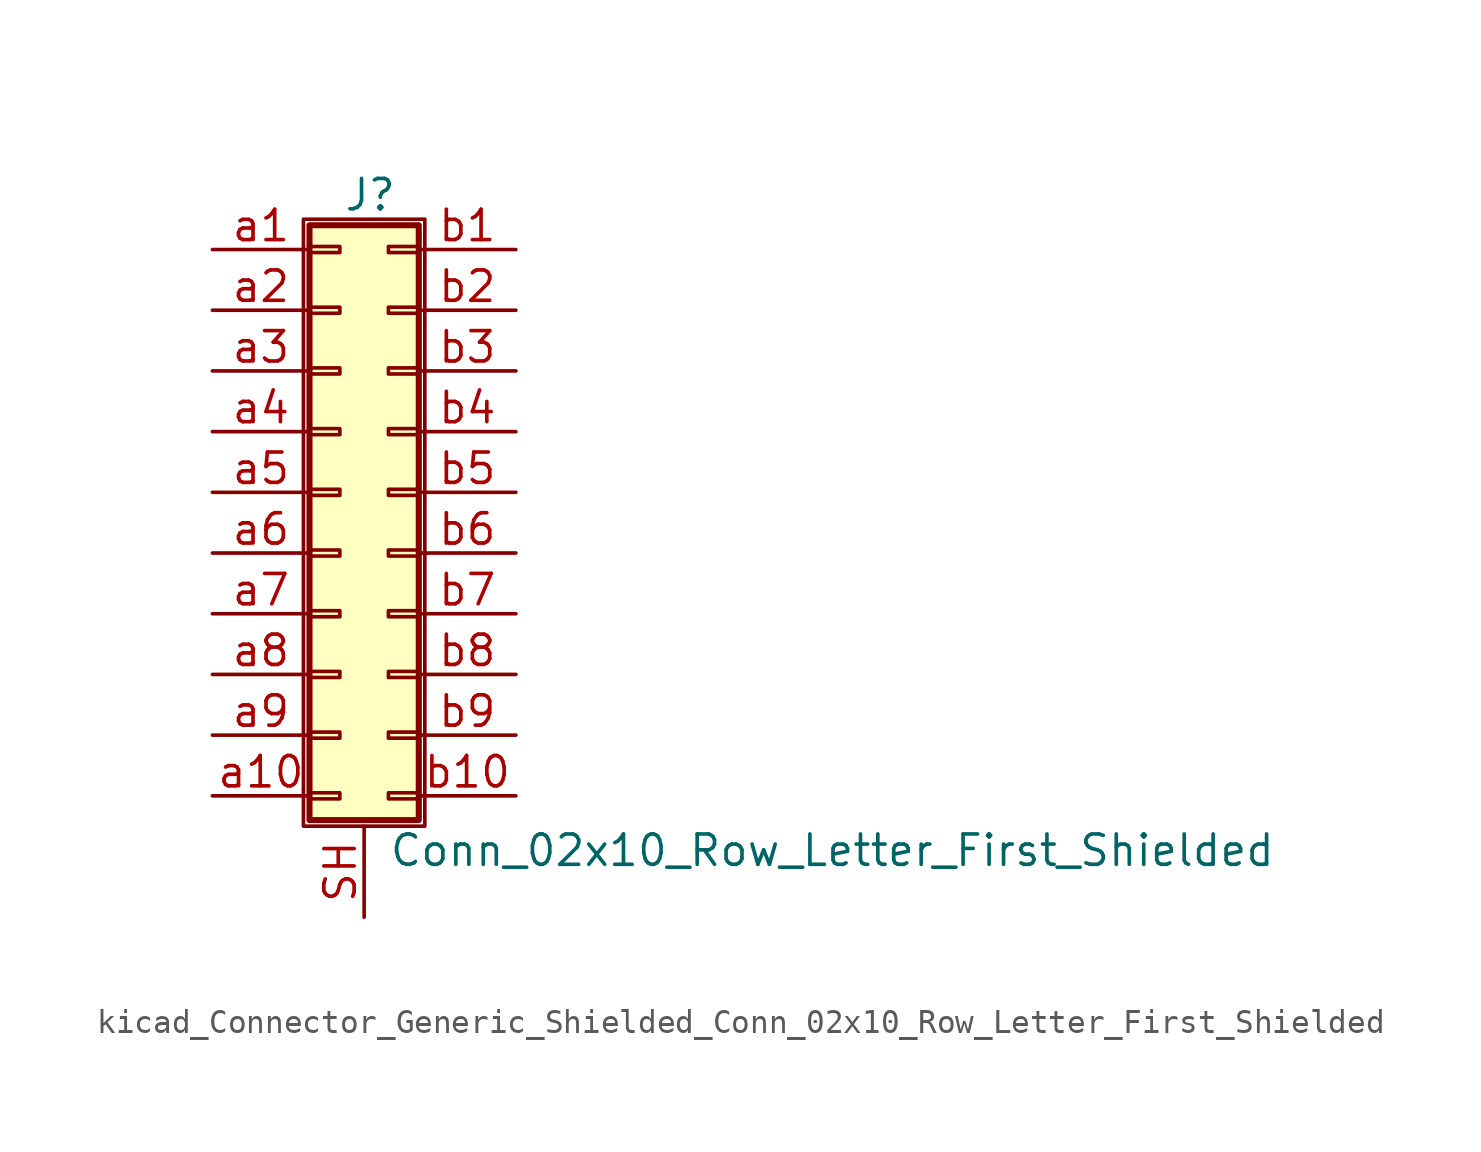
<source format=kicad_sym>
(kicad_symbol_lib
  (version 20220914)
  (generator kicad_symbol_editor)
  (symbol "kicad_Connector_Generic_Shielded_Conn_02x10_Row_Letter_First_Shielded"
    (pin_names
      (offset 1.016) hide)
    (property "Reference" "J"
      (at 1.524 12.446 0)
      (effects (font (size 1.27 1.27))))
    (property "Value" "Conn_02x10_Row_Letter_First_Shielded"
      (at 2.286 -14.986 0)
      (effects (font (size 1.27 1.27)) (justify left)))
    (symbol "kicad_Connector_Generic_Shielded_Conn_02x10_Row_Letter_First_Shielded_1_1"
      (rectangle (start -1.27 11.43) (end 3.81 -13.97) (stroke (width 0.152) (type default)) (fill (type none)))
      (rectangle (start -1.016 -12.573) (end 0.254 -12.827) (stroke (width 0.152) (type default)) (fill (type none)))
      (rectangle (start -1.016 -10.033) (end 0.254 -10.287) (stroke (width 0.152) (type default)) (fill (type none)))
      (rectangle (start -1.016 -7.493) (end 0.254 -7.747) (stroke (width 0.152) (type default)) (fill (type none)))
      (rectangle (start -1.016 -4.953) (end 0.254 -5.207) (stroke (width 0.152) (type default)) (fill (type none)))
      (rectangle (start -1.016 -2.413) (end 0.254 -2.667) (stroke (width 0.152) (type default)) (fill (type none)))
      (rectangle (start -1.016 0.127) (end 0.254 -0.127) (stroke (width 0.152) (type default)) (fill (type none)))
      (rectangle (start -1.016 2.667) (end 0.254 2.413) (stroke (width 0.152) (type default)) (fill (type none)))
      (rectangle (start -1.016 5.207) (end 0.254 4.953) (stroke (width 0.152) (type default)) (fill (type none)))
      (rectangle (start -1.016 7.747) (end 0.254 7.493) (stroke (width 0.152) (type default)) (fill (type none)))
      (rectangle (start -1.016 10.287) (end 0.254 10.033) (stroke (width 0.152) (type default)) (fill (type none)))
      (rectangle (start -1.016 11.176) (end 3.556 -13.716) (stroke (width 0.254) (type default)) (fill (type background)))
      (rectangle (start 3.556 -12.573) (end 2.286 -12.827) (stroke (width 0.152) (type default)) (fill (type none)))
      (rectangle (start 3.556 -10.033) (end 2.286 -10.287) (stroke (width 0.152) (type default)) (fill (type none)))
      (rectangle (start 3.556 -7.493) (end 2.286 -7.747) (stroke (width 0.152) (type default)) (fill (type none)))
      (rectangle (start 3.556 -4.953) (end 2.286 -5.207) (stroke (width 0.152) (type default)) (fill (type none)))
      (rectangle (start 3.556 -2.413) (end 2.286 -2.667) (stroke (width 0.152) (type default)) (fill (type none)))
      (rectangle (start 3.556 0.127) (end 2.286 -0.127) (stroke (width 0.152) (type default)) (fill (type none)))
      (rectangle (start 3.556 2.667) (end 2.286 2.413) (stroke (width 0.152) (type default)) (fill (type none)))
      (rectangle (start 3.556 5.207) (end 2.286 4.953) (stroke (width 0.152) (type default)) (fill (type none)))
      (rectangle (start 3.556 7.747) (end 2.286 7.493) (stroke (width 0.152) (type default)) (fill (type none)))
      (rectangle (start 3.556 10.287) (end 2.286 10.033) (stroke (width 0.152) (type default)) (fill (type none)))
      (pin passive line (at 1.27 -17.78 90) (length 3.81) (name "Shield" (effects (font (size 1.27 1.27)))) (number "SH" (effects (font (size 1.27 1.27)))))
      (pin passive line (at -5.08 10.16 0) (length 4.064) (name "Pin_a1" (effects (font (size 1.27 1.27)))) (number "a1" (effects (font (size 1.27 1.27)))))
      (pin passive line (at -5.08 -12.7 0) (length 4.064) (name "Pin_a10" (effects (font (size 1.27 1.27)))) (number "a10" (effects (font (size 1.27 1.27)))))
      (pin passive line (at -5.08 7.62 0) (length 4.064) (name "Pin_a2" (effects (font (size 1.27 1.27)))) (number "a2" (effects (font (size 1.27 1.27)))))
      (pin passive line (at -5.08 5.08 0) (length 4.064) (name "Pin_a3" (effects (font (size 1.27 1.27)))) (number "a3" (effects (font (size 1.27 1.27)))))
      (pin passive line (at -5.08 2.54 0) (length 4.064) (name "Pin_a4" (effects (font (size 1.27 1.27)))) (number "a4" (effects (font (size 1.27 1.27)))))
      (pin passive line (at -5.08 0 0) (length 4.064) (name "Pin_a5" (effects (font (size 1.27 1.27)))) (number "a5" (effects (font (size 1.27 1.27)))))
      (pin passive line (at -5.08 -2.54 0) (length 4.064) (name "Pin_a6" (effects (font (size 1.27 1.27)))) (number "a6" (effects (font (size 1.27 1.27)))))
      (pin passive line (at -5.08 -5.08 0) (length 4.064) (name "Pin_a7" (effects (font (size 1.27 1.27)))) (number "a7" (effects (font (size 1.27 1.27)))))
      (pin passive line (at -5.08 -7.62 0) (length 4.064) (name "Pin_a8" (effects (font (size 1.27 1.27)))) (number "a8" (effects (font (size 1.27 1.27)))))
      (pin passive line (at -5.08 -10.16 0) (length 4.064) (name "Pin_a9" (effects (font (size 1.27 1.27)))) (number "a9" (effects (font (size 1.27 1.27)))))
      (pin passive line (at 7.62 10.16 180) (length 4.064) (name "Pin_b1" (effects (font (size 1.27 1.27)))) (number "b1" (effects (font (size 1.27 1.27)))))
      (pin passive line (at 7.62 -12.7 180) (length 4.064) (name "Pin_b10" (effects (font (size 1.27 1.27)))) (number "b10" (effects (font (size 1.27 1.27)))))
      (pin passive line (at 7.62 7.62 180) (length 4.064) (name "Pin_b2" (effects (font (size 1.27 1.27)))) (number "b2" (effects (font (size 1.27 1.27)))))
      (pin passive line (at 7.62 5.08 180) (length 4.064) (name "Pin_b3" (effects (font (size 1.27 1.27)))) (number "b3" (effects (font (size 1.27 1.27)))))
      (pin passive line (at 7.62 2.54 180) (length 4.064) (name "Pin_b4" (effects (font (size 1.27 1.27)))) (number "b4" (effects (font (size 1.27 1.27)))))
      (pin passive line (at 7.62 0 180) (length 4.064) (name "Pin_b5" (effects (font (size 1.27 1.27)))) (number "b5" (effects (font (size 1.27 1.27)))))
      (pin passive line (at 7.62 -2.54 180) (length 4.064) (name "Pin_b6" (effects (font (size 1.27 1.27)))) (number "b6" (effects (font (size 1.27 1.27)))))
      (pin passive line (at 7.62 -5.08 180) (length 4.064) (name "Pin_b7" (effects (font (size 1.27 1.27)))) (number "b7" (effects (font (size 1.27 1.27)))))
      (pin passive line (at 7.62 -7.62 180) (length 4.064) (name "Pin_b8" (effects (font (size 1.27 1.27)))) (number "b8" (effects (font (size 1.27 1.27)))))
      (pin passive line (at 7.62 -10.16 180) (length 4.064) (name "Pin_b9" (effects (font (size 1.27 1.27)))) (number "b9" (effects (font (size 1.27 1.27))))))))
</source>
